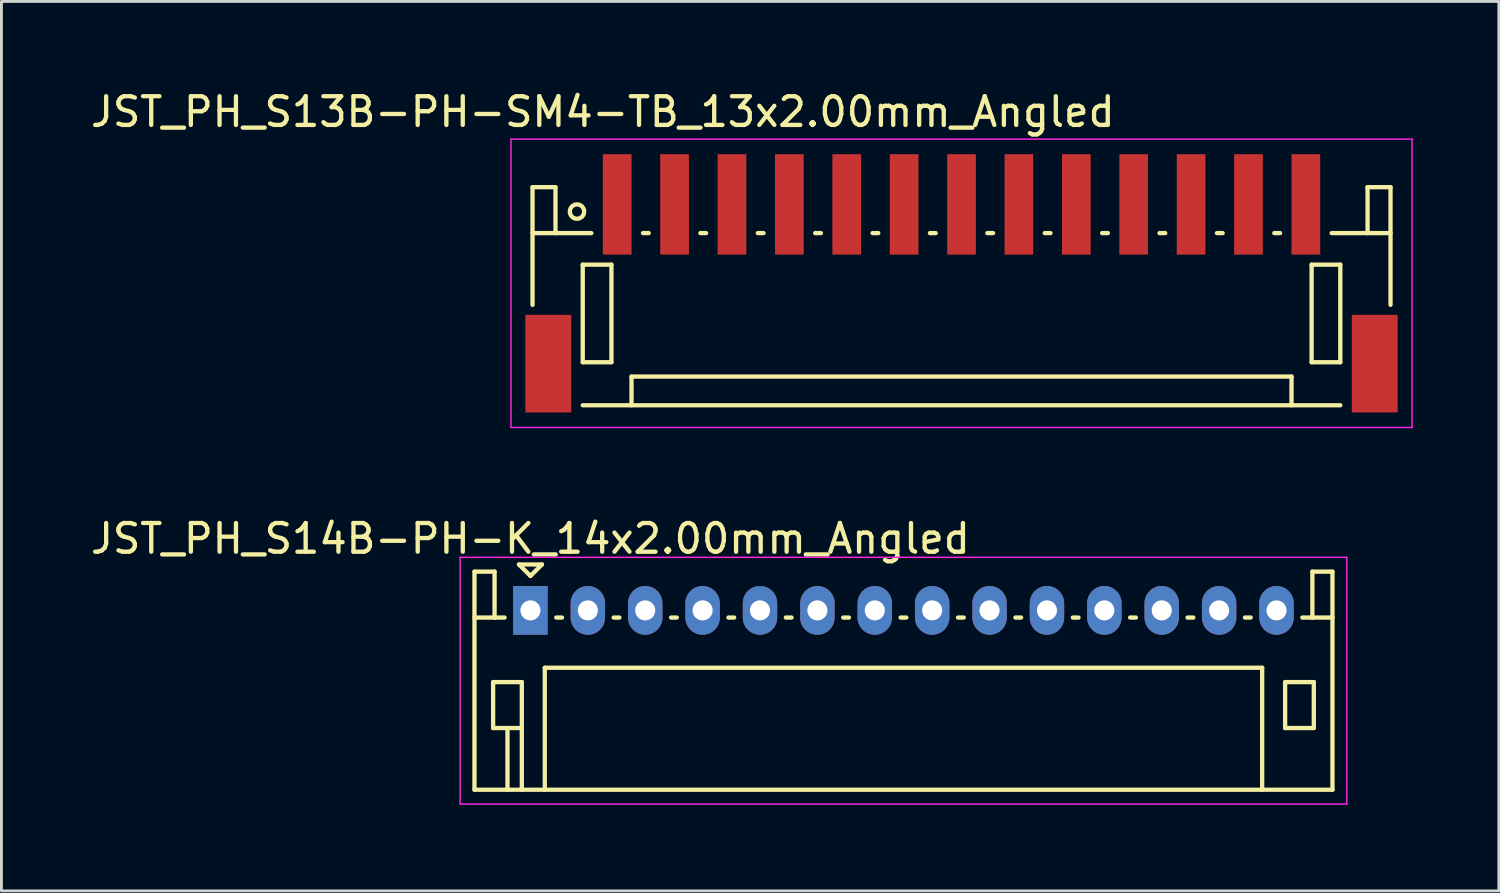
<source format=kicad_pcb>
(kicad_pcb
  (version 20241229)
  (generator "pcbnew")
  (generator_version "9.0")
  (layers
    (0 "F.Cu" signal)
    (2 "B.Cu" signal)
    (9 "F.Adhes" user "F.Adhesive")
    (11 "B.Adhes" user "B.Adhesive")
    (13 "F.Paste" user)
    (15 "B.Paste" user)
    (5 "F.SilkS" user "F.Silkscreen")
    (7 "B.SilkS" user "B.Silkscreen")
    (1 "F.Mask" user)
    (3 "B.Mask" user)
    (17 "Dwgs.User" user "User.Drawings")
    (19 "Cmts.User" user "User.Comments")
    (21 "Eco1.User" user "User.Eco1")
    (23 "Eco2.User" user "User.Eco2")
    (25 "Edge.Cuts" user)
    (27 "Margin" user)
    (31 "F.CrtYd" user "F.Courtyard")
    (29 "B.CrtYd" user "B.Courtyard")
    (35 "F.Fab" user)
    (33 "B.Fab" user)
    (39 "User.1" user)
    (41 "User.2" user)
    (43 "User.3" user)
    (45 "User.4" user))
  (footprint "JST_PH_S13B-PH-SM4-TB_13x2.00mm_Angled"
    (layer "F.Cu")
    (at 30.458 6.848)
    (property "Reference" "JST_PH_S13B-PH-SM4-TB_13x2.00mm_Angled" (at -12.5 -6 0) (layer "F.SilkS") (effects (font (size 1 1) (thickness 0.15))))
    (attr smd)
    (fp_line (start -14.95 -3.375) (end -14.95 0.725) (stroke (width 0.15) (type solid)) (layer "F.SilkS"))
    (fp_line (start -14.15 -3.375) (end -14.95 -3.375) (stroke (width 0.15) (type solid)) (layer "F.SilkS"))
    (fp_line (start -14.15 -1.775) (end -14.95 -1.775) (stroke (width 0.15) (type solid)) (layer "F.SilkS"))
    (fp_line (start -14.15 -1.775) (end -14.15 -3.375) (stroke (width 0.15) (type solid)) (layer "F.SilkS"))
    (fp_line (start -13.2 -0.675) (end -13.2 2.725) (stroke (width 0.15) (type solid)) (layer "F.SilkS"))
    (fp_line (start -13.2 2.725) (end -12.2 2.725) (stroke (width 0.15) (type solid)) (layer "F.SilkS"))
    (fp_line (start -13.2 4.225) (end 13.2 4.225) (stroke (width 0.15) (type solid)) (layer "F.SilkS"))
    (fp_line (start -12.9 -1.775) (end -14.15 -1.775) (stroke (width 0.15) (type solid)) (layer "F.SilkS"))
    (fp_line (start -12.2 -0.675) (end -13.2 -0.675) (stroke (width 0.15) (type solid)) (layer "F.SilkS"))
    (fp_line (start -12.2 2.725) (end -12.2 -0.675) (stroke (width 0.15) (type solid)) (layer "F.SilkS"))
    (fp_line (start -11.5 3.225) (end 11.5 3.225) (stroke (width 0.15) (type solid)) (layer "F.SilkS"))
    (fp_line (start -11.5 4.225) (end -11.5 3.225) (stroke (width 0.15) (type solid)) (layer "F.SilkS"))
    (fp_line (start -11.1 -1.775) (end -10.9 -1.775) (stroke (width 0.15) (type solid)) (layer "F.SilkS"))
    (fp_line (start -9.1 -1.775) (end -8.9 -1.775) (stroke (width 0.15) (type solid)) (layer "F.SilkS"))
    (fp_line (start -7.1 -1.775) (end -6.9 -1.775) (stroke (width 0.15) (type solid)) (layer "F.SilkS"))
    (fp_line (start -5.1 -1.775) (end -4.9 -1.775) (stroke (width 0.15) (type solid)) (layer "F.SilkS"))
    (fp_line (start -3.1 -1.775) (end -2.9 -1.775) (stroke (width 0.15) (type solid)) (layer "F.SilkS"))
    (fp_line (start -1.1 -1.775) (end -0.9 -1.775) (stroke (width 0.15) (type solid)) (layer "F.SilkS"))
    (fp_line (start 0.9 -1.775) (end 1.1 -1.775) (stroke (width 0.15) (type solid)) (layer "F.SilkS"))
    (fp_line (start 2.9 -1.775) (end 3.1 -1.775) (stroke (width 0.15) (type solid)) (layer "F.SilkS"))
    (fp_line (start 4.9 -1.775) (end 5.1 -1.775) (stroke (width 0.15) (type solid)) (layer "F.SilkS"))
    (fp_line (start 6.9 -1.775) (end 7.1 -1.775) (stroke (width 0.15) (type solid)) (layer "F.SilkS"))
    (fp_line (start 8.9 -1.775) (end 9.1 -1.775) (stroke (width 0.15) (type solid)) (layer "F.SilkS"))
    (fp_line (start 10.9 -1.775) (end 11.1 -1.775) (stroke (width 0.15) (type solid)) (layer "F.SilkS"))
    (fp_line (start 11.5 3.225) (end 11.5 4.225) (stroke (width 0.15) (type solid)) (layer "F.SilkS"))
    (fp_line (start 12.2 -0.675) (end 13.2 -0.675) (stroke (width 0.15) (type solid)) (layer "F.SilkS"))
    (fp_line (start 12.2 2.725) (end 12.2 -0.675) (stroke (width 0.15) (type solid)) (layer "F.SilkS"))
    (fp_line (start 12.9 -1.775) (end 14.15 -1.775) (stroke (width 0.15) (type solid)) (layer "F.SilkS"))
    (fp_line (start 13.2 -0.675) (end 13.2 2.725) (stroke (width 0.15) (type solid)) (layer "F.SilkS"))
    (fp_line (start 13.2 2.725) (end 12.2 2.725) (stroke (width 0.15) (type solid)) (layer "F.SilkS"))
    (fp_line (start 14.15 -3.375) (end 14.95 -3.375) (stroke (width 0.15) (type solid)) (layer "F.SilkS"))
    (fp_line (start 14.15 -1.775) (end 14.15 -3.375) (stroke (width 0.15) (type solid)) (layer "F.SilkS"))
    (fp_line (start 14.15 -1.775) (end 14.95 -1.775) (stroke (width 0.15) (type solid)) (layer "F.SilkS"))
    (fp_line (start 14.95 -3.375) (end 14.95 0.725) (stroke (width 0.15) (type solid)) (layer "F.SilkS"))
    (fp_circle (center -13.4 -2.525) (end -13.15 -2.525) (stroke (width 0.15) (type solid)) (fill no) (layer "F.SilkS"))
    (fp_line (start -15.7 -5.05) (end 15.7 -5.05) (stroke (width 0.05) (type solid)) (layer "F.CrtYd"))
    (fp_line (start -15.7 5) (end -15.7 -5.05) (stroke (width 0.05) (type solid)) (layer "F.CrtYd"))
    (fp_line (start 15.7 -5.05) (end 15.7 5) (stroke (width 0.05) (type solid)) (layer "F.CrtYd"))
    (fp_line (start 15.7 5) (end -15.7 5) (stroke (width 0.05) (type solid)) (layer "F.CrtYd"))
    (pad "" smd rect (at -14.4 2.775) (size 1.6 3.4) (layers "F.Cu" "F.Mask" "F.Paste"))
    (pad "" smd rect (at 14.4 2.775) (size 1.6 3.4) (layers "F.Cu" "F.Mask" "F.Paste"))
    (pad "1" smd rect (at -12 -2.775) (size 1 3.5) (layers "F.Cu" "F.Mask" "F.Paste"))
    (pad "2" smd rect (at -10 -2.775) (size 1 3.5) (layers "F.Cu" "F.Mask" "F.Paste"))
    (pad "3" smd rect (at -8 -2.775) (size 1 3.5) (layers "F.Cu" "F.Mask" "F.Paste"))
    (pad "4" smd rect (at -6 -2.775) (size 1 3.5) (layers "F.Cu" "F.Mask" "F.Paste"))
    (pad "5" smd rect (at -4 -2.775) (size 1 3.5) (layers "F.Cu" "F.Mask" "F.Paste"))
    (pad "6" smd rect (at -2 -2.775) (size 1 3.5) (layers "F.Cu" "F.Mask" "F.Paste"))
    (pad "7" smd rect (at 0 -2.775) (size 1 3.5) (layers "F.Cu" "F.Mask" "F.Paste"))
    (pad "8" smd rect (at 2 -2.775) (size 1 3.5) (layers "F.Cu" "F.Mask" "F.Paste"))
    (pad "9" smd rect (at 4 -2.775) (size 1 3.5) (layers "F.Cu" "F.Mask" "F.Paste"))
    (pad "10" smd rect (at 6 -2.775) (size 1 3.5) (layers "F.Cu" "F.Mask" "F.Paste"))
    (pad "11" smd rect (at 8 -2.775) (size 1 3.5) (layers "F.Cu" "F.Mask" "F.Paste"))
    (pad "12" smd rect (at 10 -2.775) (size 1 3.5) (layers "F.Cu" "F.Mask" "F.Paste"))
    (pad "13" smd rect (at 12 -2.775) (size 1 3.5) (layers "F.Cu" "F.Mask" "F.Paste")))
  (footprint "JST_PH_S14B-PH-K_14x2.00mm_Angled"
    (layer "F.Cu")
    (at 15.435 18.221)
    (property "Reference" "JST_PH_S14B-PH-K_14x2.00mm_Angled" (at 0 -2.5 0) (layer "F.SilkS") (effects (font (size 1 1) (thickness 0.15))))
    (attr through_hole)
    (fp_line (start -1.95 -1.35) (end -1.95 6.25) (stroke (width 0.15) (type solid)) (layer "F.SilkS"))
    (fp_line (start -1.95 0.25) (end -1.25 0.25) (stroke (width 0.15) (type solid)) (layer "F.SilkS"))
    (fp_line (start -1.95 6.25) (end 27.95 6.25) (stroke (width 0.15) (type solid)) (layer "F.SilkS"))
    (fp_line (start -1.3 2.5) (end -1.3 4.1) (stroke (width 0.15) (type solid)) (layer "F.SilkS"))
    (fp_line (start -1.3 4.1) (end -0.3 4.1) (stroke (width 0.15) (type solid)) (layer "F.SilkS"))
    (fp_line (start -1.25 -1.35) (end -1.95 -1.35) (stroke (width 0.15) (type solid)) (layer "F.SilkS"))
    (fp_line (start -1.25 0.25) (end -1.25 -1.35) (stroke (width 0.15) (type solid)) (layer "F.SilkS"))
    (fp_line (start -0.9 0.25) (end -1.25 0.25) (stroke (width 0.15) (type solid)) (layer "F.SilkS"))
    (fp_line (start -0.8 4.1) (end -0.8 6.25) (stroke (width 0.15) (type solid)) (layer "F.SilkS"))
    (fp_line (start -0.4 -1.6) (end 0.4 -1.6) (stroke (width 0.15) (type solid)) (layer "F.SilkS"))
    (fp_line (start -0.3 2.5) (end -1.3 2.5) (stroke (width 0.15) (type solid)) (layer "F.SilkS"))
    (fp_line (start -0.3 4.1) (end -0.3 2.5) (stroke (width 0.15) (type solid)) (layer "F.SilkS"))
    (fp_line (start -0.3 4.1) (end -0.3 6.25) (stroke (width 0.15) (type solid)) (layer "F.SilkS"))
    (fp_line (start 0 -1.2) (end -0.4 -1.6) (stroke (width 0.15) (type solid)) (layer "F.SilkS"))
    (fp_line (start 0.4 -1.6) (end 0 -1.2) (stroke (width 0.15) (type solid)) (layer "F.SilkS"))
    (fp_line (start 0.5 2) (end 25.5 2) (stroke (width 0.15) (type solid)) (layer "F.SilkS"))
    (fp_line (start 0.5 6.25) (end 0.5 2) (stroke (width 0.15) (type solid)) (layer "F.SilkS"))
    (fp_line (start 0.9 0.25) (end 1.1 0.25) (stroke (width 0.15) (type solid)) (layer "F.SilkS"))
    (fp_line (start 2.9 0.25) (end 3.1 0.25) (stroke (width 0.15) (type solid)) (layer "F.SilkS"))
    (fp_line (start 4.9 0.25) (end 5.1 0.25) (stroke (width 0.15) (type solid)) (layer "F.SilkS"))
    (fp_line (start 6.9 0.25) (end 7.1 0.25) (stroke (width 0.15) (type solid)) (layer "F.SilkS"))
    (fp_line (start 8.9 0.25) (end 9.1 0.25) (stroke (width 0.15) (type solid)) (layer "F.SilkS"))
    (fp_line (start 10.9 0.25) (end 11.1 0.25) (stroke (width 0.15) (type solid)) (layer "F.SilkS"))
    (fp_line (start 12.9 0.25) (end 13.1 0.25) (stroke (width 0.15) (type solid)) (layer "F.SilkS"))
    (fp_line (start 14.9 0.25) (end 15.1 0.25) (stroke (width 0.15) (type solid)) (layer "F.SilkS"))
    (fp_line (start 16.9 0.25) (end 17.1 0.25) (stroke (width 0.15) (type solid)) (layer "F.SilkS"))
    (fp_line (start 18.9 0.25) (end 19.1 0.25) (stroke (width 0.15) (type solid)) (layer "F.SilkS"))
    (fp_line (start 20.9 0.25) (end 21.1 0.25) (stroke (width 0.15) (type solid)) (layer "F.SilkS"))
    (fp_line (start 22.9 0.25) (end 23.1 0.25) (stroke (width 0.15) (type solid)) (layer "F.SilkS"))
    (fp_line (start 24.9 0.25) (end 25.1 0.25) (stroke (width 0.15) (type solid)) (layer "F.SilkS"))
    (fp_line (start 25.5 2) (end 25.5 6.25) (stroke (width 0.15) (type solid)) (layer "F.SilkS"))
    (fp_line (start 26.3 2.5) (end 27.3 2.5) (stroke (width 0.15) (type solid)) (layer "F.SilkS"))
    (fp_line (start 26.3 4.1) (end 26.3 2.5) (stroke (width 0.15) (type solid)) (layer "F.SilkS"))
    (fp_line (start 27.25 -1.35) (end 27.25 0.25) (stroke (width 0.15) (type solid)) (layer "F.SilkS"))
    (fp_line (start 27.25 0.25) (end 26.9 0.25) (stroke (width 0.15) (type solid)) (layer "F.SilkS"))
    (fp_line (start 27.3 2.5) (end 27.3 4.1) (stroke (width 0.15) (type solid)) (layer "F.SilkS"))
    (fp_line (start 27.3 4.1) (end 26.3 4.1) (stroke (width 0.15) (type solid)) (layer "F.SilkS"))
    (fp_line (start 27.95 -1.35) (end 27.25 -1.35) (stroke (width 0.15) (type solid)) (layer "F.SilkS"))
    (fp_line (start 27.95 0.25) (end 27.25 0.25) (stroke (width 0.15) (type solid)) (layer "F.SilkS"))
    (fp_line (start 27.95 6.25) (end 27.95 -1.35) (stroke (width 0.15) (type solid)) (layer "F.SilkS"))
    (fp_line (start -2.45 -1.85) (end 28.45 -1.85) (stroke (width 0.05) (type solid)) (layer "F.CrtYd"))
    (fp_line (start -2.45 6.75) (end -2.45 -1.85) (stroke (width 0.05) (type solid)) (layer "F.CrtYd"))
    (fp_line (start 28.45 -1.85) (end 28.45 6.75) (stroke (width 0.05) (type solid)) (layer "F.CrtYd"))
    (fp_line (start 28.45 6.75) (end -2.45 6.75) (stroke (width 0.05) (type solid)) (layer "F.CrtYd"))
    (pad "1" thru_hole rect (at 0 0) (size 1.2 1.7) (drill 0.7) (layers "*.Cu" "*.Mask"))
    (pad "2" thru_hole oval (at 2 0) (size 1.2 1.7) (drill 0.7) (layers "*.Cu" "*.Mask"))
    (pad "3" thru_hole oval (at 4 0) (size 1.2 1.7) (drill 0.7) (layers "*.Cu" "*.Mask"))
    (pad "4" thru_hole oval (at 6 0) (size 1.2 1.7) (drill 0.7) (layers "*.Cu" "*.Mask"))
    (pad "5" thru_hole oval (at 8 0) (size 1.2 1.7) (drill 0.7) (layers "*.Cu" "*.Mask"))
    (pad "6" thru_hole oval (at 10 0) (size 1.2 1.7) (drill 0.7) (layers "*.Cu" "*.Mask"))
    (pad "7" thru_hole oval (at 12 0) (size 1.2 1.7) (drill 0.7) (layers "*.Cu" "*.Mask"))
    (pad "8" thru_hole oval (at 14 0) (size 1.2 1.7) (drill 0.7) (layers "*.Cu" "*.Mask"))
    (pad "9" thru_hole oval (at 16 0) (size 1.2 1.7) (drill 0.7) (layers "*.Cu" "*.Mask"))
    (pad "10" thru_hole oval (at 18 0) (size 1.2 1.7) (drill 0.7) (layers "*.Cu" "*.Mask"))
    (pad "11" thru_hole oval (at 20 0) (size 1.2 1.7) (drill 0.7) (layers "*.Cu" "*.Mask"))
    (pad "12" thru_hole oval (at 22 0) (size 1.2 1.7) (drill 0.7) (layers "*.Cu" "*.Mask"))
    (pad "13" thru_hole oval (at 24 0) (size 1.2 1.7) (drill 0.7) (layers "*.Cu" "*.Mask"))
    (pad "14" thru_hole oval (at 26 0) (size 1.2 1.7) (drill 0.7) (layers "*.Cu" "*.Mask")))
  (gr_rect
    (start -3 -3)
    (end 49.183 27.997)
    (stroke (width 0.1) (type default))
    (fill no)
    (layer "Edge.Cuts")))
</source>
